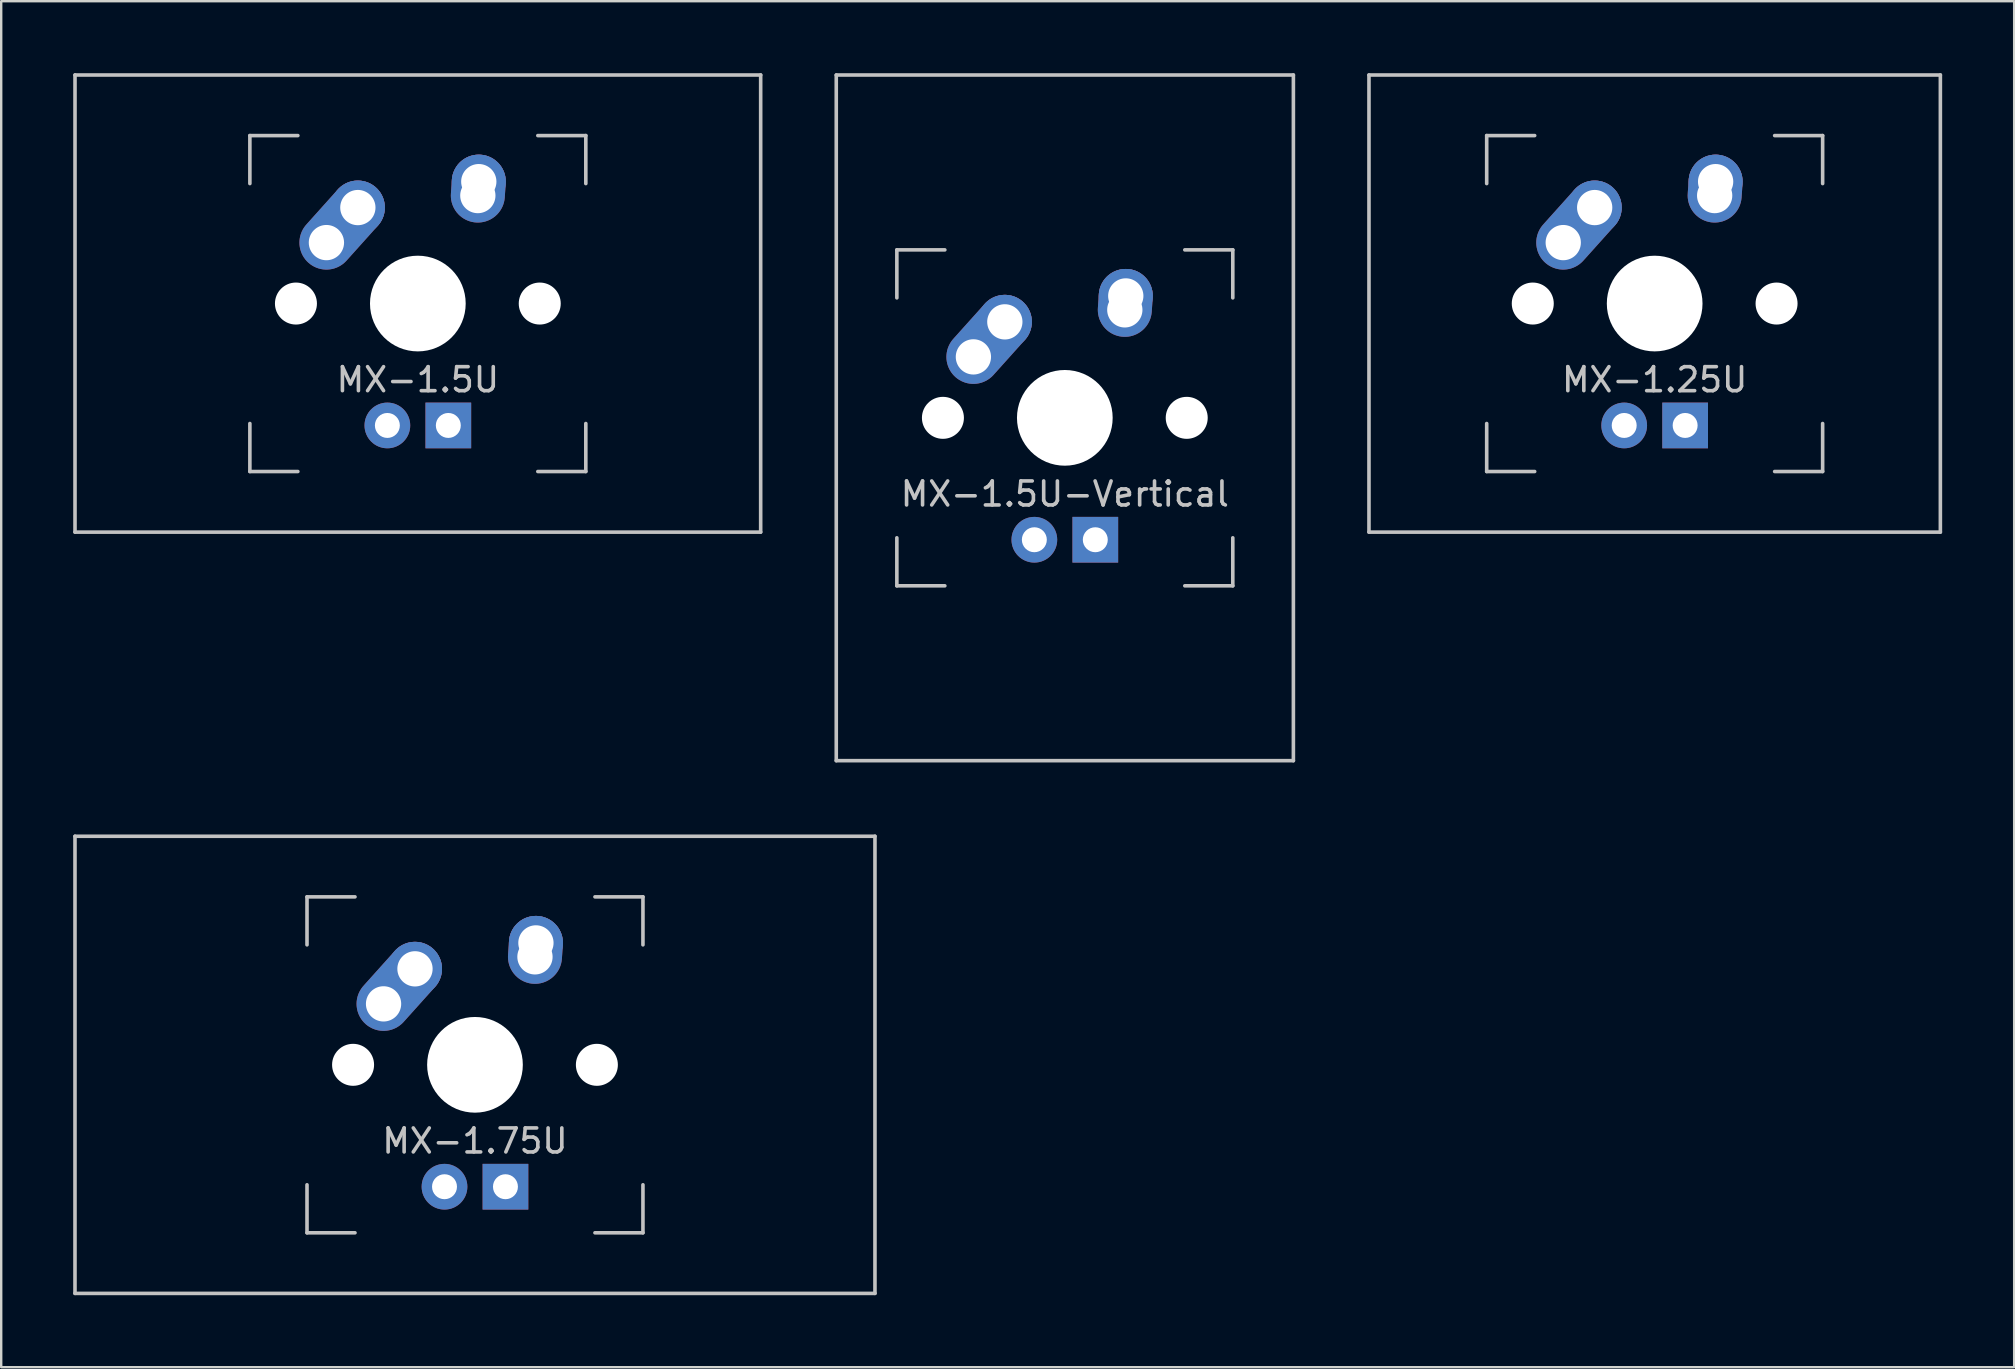
<source format=kicad_pcb>
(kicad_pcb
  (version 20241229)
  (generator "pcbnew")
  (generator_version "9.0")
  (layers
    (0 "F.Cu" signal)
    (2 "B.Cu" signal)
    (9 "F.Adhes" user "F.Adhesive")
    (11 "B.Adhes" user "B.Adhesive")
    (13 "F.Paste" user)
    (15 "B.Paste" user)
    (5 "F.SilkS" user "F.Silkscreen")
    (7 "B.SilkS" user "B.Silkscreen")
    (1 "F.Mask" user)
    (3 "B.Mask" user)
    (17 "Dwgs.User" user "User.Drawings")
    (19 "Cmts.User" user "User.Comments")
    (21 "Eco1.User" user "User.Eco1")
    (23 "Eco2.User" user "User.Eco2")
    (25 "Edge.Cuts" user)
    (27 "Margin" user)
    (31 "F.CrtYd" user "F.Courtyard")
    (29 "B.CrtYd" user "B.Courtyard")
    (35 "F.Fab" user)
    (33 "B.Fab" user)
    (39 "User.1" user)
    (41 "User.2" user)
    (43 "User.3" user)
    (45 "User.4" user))
  (footprint "MX-1.5U"
    (layer "F.Cu")
    (at 14.363 9.6)
    (property "Reference" "MX-1.5U" (at 0 3.175 0) (layer "Dwgs.User") (effects (font (size 1 1) (thickness 0.15))))
    (attr through_hole)
    (fp_line (start -14.287 -9.525) (end 14.287 -9.525) (stroke (width 0.15) (type solid)) (layer "Dwgs.User"))
    (fp_line (start -14.287 9.525) (end -14.287 -9.525) (stroke (width 0.15) (type solid)) (layer "Dwgs.User"))
    (fp_line (start -7 -7) (end -7 -5) (stroke (width 0.15) (type solid)) (layer "Dwgs.User"))
    (fp_line (start -7 5) (end -7 7) (stroke (width 0.15) (type solid)) (layer "Dwgs.User"))
    (fp_line (start -7 7) (end -5 7) (stroke (width 0.15) (type solid)) (layer "Dwgs.User"))
    (fp_line (start -5 -7) (end -7 -7) (stroke (width 0.15) (type solid)) (layer "Dwgs.User"))
    (fp_line (start 5 -7) (end 7 -7) (stroke (width 0.15) (type solid)) (layer "Dwgs.User"))
    (fp_line (start 5 7) (end 7 7) (stroke (width 0.15) (type solid)) (layer "Dwgs.User"))
    (fp_line (start 7 -7) (end 7 -5) (stroke (width 0.15) (type solid)) (layer "Dwgs.User"))
    (fp_line (start 7 7) (end 7 5) (stroke (width 0.15) (type solid)) (layer "Dwgs.User"))
    (fp_line (start 14.287 -9.525) (end 14.287 9.525) (stroke (width 0.15) (type solid)) (layer "Dwgs.User"))
    (fp_line (start 14.287 9.525) (end -14.287 9.525) (stroke (width 0.15) (type solid)) (layer "Dwgs.User"))
    (pad "" np_thru_hole circle (at -5.08 0 48.1) (size 1.75 1.75) (drill 1.75) (layers "*.Cu" "*.Mask"))
    (pad "" np_thru_hole circle (at 0 0) (size 3.988 3.988) (drill 3.988) (layers "*.Cu" "*.Mask"))
    (pad "" np_thru_hole circle (at 5.08 0 48.1) (size 1.75 1.75) (drill 1.75) (layers "*.Cu" "*.Mask"))
    (pad "1" thru_hole oval (at -3.81 -2.54 48.1) (size 4.212 2.25) (drill 1.47 (offset 0.981 0)) (layers "*.Cu" "*.Mask"))
    (pad "1" thru_hole circle (at -2.5 -4) (size 2.25 2.25) (drill 1.47) (layers "*.Cu" "*.Mask"))
    (pad "2" thru_hole oval (at 2.5 -4.5 86.055) (size 2.831 2.25) (drill 1.47 (offset 0.291 0)) (layers "*.Cu" "*.Mask"))
    (pad "2" thru_hole circle (at 2.54 -5.08) (size 2.25 2.25) (drill 1.47) (layers "*.Cu" "*.Mask"))
    (pad "3" thru_hole circle (at -1.27 5.08) (size 1.905 1.905) (drill 1.04) (layers "*.Cu" "*.Mask"))
    (pad "4" thru_hole rect (at 1.27 5.08) (size 1.905 1.905) (drill 1.04) (layers "*.Cu" "*.Mask")))
  (footprint "MX-1.25U"
    (layer "F.Cu")
    (at 65.906 9.6)
    (property "Reference" "MX-1.25U" (at 0 3.175 0) (layer "Dwgs.User") (effects (font (size 1 1) (thickness 0.15))))
    (attr through_hole)
    (fp_line (start -11.906 -9.525) (end 11.906 -9.525) (stroke (width 0.15) (type solid)) (layer "Dwgs.User"))
    (fp_line (start -11.906 9.525) (end -11.906 -9.525) (stroke (width 0.15) (type solid)) (layer "Dwgs.User"))
    (fp_line (start -7 -7) (end -7 -5) (stroke (width 0.15) (type solid)) (layer "Dwgs.User"))
    (fp_line (start -7 5) (end -7 7) (stroke (width 0.15) (type solid)) (layer "Dwgs.User"))
    (fp_line (start -7 7) (end -5 7) (stroke (width 0.15) (type solid)) (layer "Dwgs.User"))
    (fp_line (start -5 -7) (end -7 -7) (stroke (width 0.15) (type solid)) (layer "Dwgs.User"))
    (fp_line (start 5 -7) (end 7 -7) (stroke (width 0.15) (type solid)) (layer "Dwgs.User"))
    (fp_line (start 5 7) (end 7 7) (stroke (width 0.15) (type solid)) (layer "Dwgs.User"))
    (fp_line (start 7 -7) (end 7 -5) (stroke (width 0.15) (type solid)) (layer "Dwgs.User"))
    (fp_line (start 7 7) (end 7 5) (stroke (width 0.15) (type solid)) (layer "Dwgs.User"))
    (fp_line (start 11.906 -9.525) (end 11.906 9.525) (stroke (width 0.15) (type solid)) (layer "Dwgs.User"))
    (fp_line (start 11.906 9.525) (end -11.906 9.525) (stroke (width 0.15) (type solid)) (layer "Dwgs.User"))
    (pad "" np_thru_hole circle (at -5.08 0 48.1) (size 1.75 1.75) (drill 1.75) (layers "*.Cu" "*.Mask"))
    (pad "" np_thru_hole circle (at 0 0) (size 3.988 3.988) (drill 3.988) (layers "*.Cu" "*.Mask"))
    (pad "" np_thru_hole circle (at 5.08 0 48.1) (size 1.75 1.75) (drill 1.75) (layers "*.Cu" "*.Mask"))
    (pad "1" thru_hole oval (at -3.81 -2.54 48.1) (size 4.212 2.25) (drill 1.47 (offset 0.981 0)) (layers "*.Cu" "*.Mask"))
    (pad "1" thru_hole circle (at -2.5 -4) (size 2.25 2.25) (drill 1.47) (layers "*.Cu" "*.Mask"))
    (pad "2" thru_hole oval (at 2.5 -4.5 86.055) (size 2.831 2.25) (drill 1.47 (offset 0.291 0)) (layers "*.Cu" "*.Mask"))
    (pad "2" thru_hole circle (at 2.54 -5.08) (size 2.25 2.25) (drill 1.47) (layers "*.Cu" "*.Mask"))
    (pad "3" thru_hole circle (at -1.27 5.08) (size 1.905 1.905) (drill 1.04) (layers "*.Cu" "*.Mask"))
    (pad "4" thru_hole rect (at 1.27 5.08) (size 1.905 1.905) (drill 1.04) (layers "*.Cu" "*.Mask")))
  (footprint "MX-1.5U-Vertical"
    (layer "F.Cu")
    (at 41.325 14.363)
    (property "Reference" "MX-1.5U-Vertical" (at 0 3.175 0) (layer "Dwgs.User") (effects (font (size 1 1) (thickness 0.15))))
    (attr through_hole)
    (fp_line (start -9.525 -14.287) (end -9.525 14.287) (stroke (width 0.15) (type solid)) (layer "Dwgs.User"))
    (fp_line (start -7 -7) (end -7 -5) (stroke (width 0.15) (type solid)) (layer "Dwgs.User"))
    (fp_line (start -7 5) (end -7 7) (stroke (width 0.15) (type solid)) (layer "Dwgs.User"))
    (fp_line (start -7 7) (end -5 7) (stroke (width 0.15) (type solid)) (layer "Dwgs.User"))
    (fp_line (start -5 -7) (end -7 -7) (stroke (width 0.15) (type solid)) (layer "Dwgs.User"))
    (fp_line (start 5 -7) (end 7 -7) (stroke (width 0.15) (type solid)) (layer "Dwgs.User"))
    (fp_line (start 5 7) (end 7 7) (stroke (width 0.15) (type solid)) (layer "Dwgs.User"))
    (fp_line (start 7 -7) (end 7 -5) (stroke (width 0.15) (type solid)) (layer "Dwgs.User"))
    (fp_line (start 7 7) (end 7 5) (stroke (width 0.15) (type solid)) (layer "Dwgs.User"))
    (fp_line (start 9.525 -14.287) (end -9.525 -14.287) (stroke (width 0.15) (type solid)) (layer "Dwgs.User"))
    (fp_line (start 9.525 -14.287) (end 9.525 14.287) (stroke (width 0.15) (type solid)) (layer "Dwgs.User"))
    (fp_line (start 9.525 14.287) (end -9.525 14.287) (stroke (width 0.15) (type solid)) (layer "Dwgs.User"))
    (pad "" np_thru_hole circle (at -5.08 0 48.1) (size 1.75 1.75) (drill 1.75) (layers "*.Cu" "*.Mask"))
    (pad "" np_thru_hole circle (at 0 0) (size 3.988 3.988) (drill 3.988) (layers "*.Cu" "*.Mask"))
    (pad "" np_thru_hole circle (at 5.08 0 48.1) (size 1.75 1.75) (drill 1.75) (layers "*.Cu" "*.Mask"))
    (pad "1" thru_hole oval (at -3.81 -2.54 48.1) (size 4.212 2.25) (drill 1.47 (offset 0.981 0)) (layers "*.Cu" "*.Mask"))
    (pad "1" thru_hole circle (at -2.5 -4) (size 2.25 2.25) (drill 1.47) (layers "*.Cu" "*.Mask"))
    (pad "2" thru_hole oval (at 2.5 -4.5 86.055) (size 2.831 2.25) (drill 1.47 (offset 0.291 0)) (layers "*.Cu" "*.Mask"))
    (pad "2" thru_hole circle (at 2.54 -5.08) (size 2.25 2.25) (drill 1.47) (layers "*.Cu" "*.Mask"))
    (pad "3" thru_hole circle (at -1.27 5.08) (size 1.905 1.905) (drill 1.04) (layers "*.Cu" "*.Mask"))
    (pad "4" thru_hole rect (at 1.27 5.08) (size 1.905 1.905) (drill 1.04) (layers "*.Cu" "*.Mask")))
  (footprint "MX-1.75U"
    (layer "F.Cu")
    (at 16.744 41.325)
    (property "Reference" "MX-1.75U" (at 0 3.175 0) (layer "Dwgs.User") (effects (font (size 1 1) (thickness 0.15))))
    (attr through_hole)
    (fp_line (start -16.669 -9.525) (end 16.669 -9.525) (stroke (width 0.15) (type solid)) (layer "Dwgs.User"))
    (fp_line (start -16.669 9.525) (end -16.669 -9.525) (stroke (width 0.15) (type solid)) (layer "Dwgs.User"))
    (fp_line (start -7 -7) (end -7 -5) (stroke (width 0.15) (type solid)) (layer "Dwgs.User"))
    (fp_line (start -7 5) (end -7 7) (stroke (width 0.15) (type solid)) (layer "Dwgs.User"))
    (fp_line (start -7 7) (end -5 7) (stroke (width 0.15) (type solid)) (layer "Dwgs.User"))
    (fp_line (start -5 -7) (end -7 -7) (stroke (width 0.15) (type solid)) (layer "Dwgs.User"))
    (fp_line (start 5 -7) (end 7 -7) (stroke (width 0.15) (type solid)) (layer "Dwgs.User"))
    (fp_line (start 5 7) (end 7 7) (stroke (width 0.15) (type solid)) (layer "Dwgs.User"))
    (fp_line (start 7 -7) (end 7 -5) (stroke (width 0.15) (type solid)) (layer "Dwgs.User"))
    (fp_line (start 7 7) (end 7 5) (stroke (width 0.15) (type solid)) (layer "Dwgs.User"))
    (fp_line (start 16.669 -9.525) (end 16.669 9.525) (stroke (width 0.15) (type solid)) (layer "Dwgs.User"))
    (fp_line (start 16.669 9.525) (end -16.669 9.525) (stroke (width 0.15) (type solid)) (layer "Dwgs.User"))
    (pad "" np_thru_hole circle (at -5.08 0 48.1) (size 1.75 1.75) (drill 1.75) (layers "*.Cu" "*.Mask"))
    (pad "" np_thru_hole circle (at 0 0) (size 3.988 3.988) (drill 3.988) (layers "*.Cu" "*.Mask"))
    (pad "" np_thru_hole circle (at 5.08 0 48.1) (size 1.75 1.75) (drill 1.75) (layers "*.Cu" "*.Mask"))
    (pad "1" thru_hole oval (at -3.81 -2.54 48.1) (size 4.212 2.25) (drill 1.47 (offset 0.981 0)) (layers "*.Cu" "*.Mask"))
    (pad "1" thru_hole circle (at -2.5 -4) (size 2.25 2.25) (drill 1.47) (layers "*.Cu" "*.Mask"))
    (pad "2" thru_hole oval (at 2.5 -4.5 86.055) (size 2.831 2.25) (drill 1.47 (offset 0.291 0)) (layers "*.Cu" "*.Mask"))
    (pad "2" thru_hole circle (at 2.54 -5.08) (size 2.25 2.25) (drill 1.47) (layers "*.Cu" "*.Mask"))
    (pad "3" thru_hole circle (at -1.27 5.08) (size 1.905 1.905) (drill 1.04) (layers "*.Cu" "*.Mask"))
    (pad "4" thru_hole rect (at 1.27 5.08) (size 1.905 1.905) (drill 1.04) (layers "*.Cu" "*.Mask")))
  (gr_rect
    (start -3 -3)
    (end 80.888 53.925)
    (stroke (width 0.1) (type default))
    (fill no)
    (layer "Edge.Cuts")))
</source>
